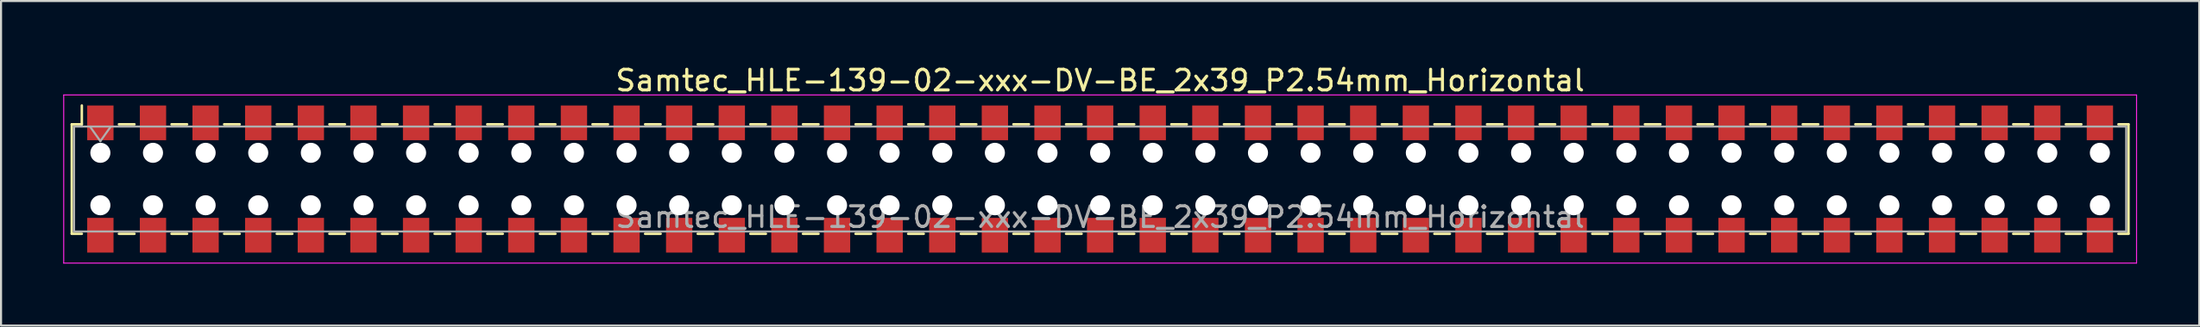
<source format=kicad_pcb>
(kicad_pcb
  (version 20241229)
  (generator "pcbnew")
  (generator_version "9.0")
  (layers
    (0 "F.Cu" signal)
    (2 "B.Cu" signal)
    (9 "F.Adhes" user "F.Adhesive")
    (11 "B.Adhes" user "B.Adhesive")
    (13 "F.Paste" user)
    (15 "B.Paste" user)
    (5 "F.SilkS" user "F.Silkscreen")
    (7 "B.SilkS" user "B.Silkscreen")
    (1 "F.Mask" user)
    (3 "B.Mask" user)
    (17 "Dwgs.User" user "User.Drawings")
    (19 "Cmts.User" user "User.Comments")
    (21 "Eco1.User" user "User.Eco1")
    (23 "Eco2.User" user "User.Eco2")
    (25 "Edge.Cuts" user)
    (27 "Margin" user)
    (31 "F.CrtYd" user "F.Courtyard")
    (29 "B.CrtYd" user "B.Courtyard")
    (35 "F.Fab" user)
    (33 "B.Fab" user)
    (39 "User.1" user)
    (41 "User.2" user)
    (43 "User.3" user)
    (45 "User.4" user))
  (footprint "Samtec_HLE-139-02-xxx-DV-BE_2x39_P2.54mm_Horizontal"
    (layer "F.Cu")
    (at 50.055 5.618)
    (property "Reference" "Samtec_HLE-139-02-xxx-DV-BE_2x39_P2.54mm_Horizontal" (at 0 -4.77 0) (layer "F.SilkS") (effects (font (size 1 1) (thickness 0.15))))
    (attr smd)
    (fp_line (start -49.64 -2.65) (end -49.64 2.65) (stroke (width 0.12) (type solid)) (layer "F.SilkS"))
    (fp_line (start -49.64 2.65) (end -49.155 2.65) (stroke (width 0.12) (type solid)) (layer "F.SilkS"))
    (fp_line (start -49.155 -3.56) (end -49.155 -2.65) (stroke (width 0.12) (type solid)) (layer "F.SilkS"))
    (fp_line (start -49.155 -2.65) (end -49.64 -2.65) (stroke (width 0.12) (type solid)) (layer "F.SilkS"))
    (fp_line (start -47.365 -2.65) (end -46.615 -2.65) (stroke (width 0.12) (type solid)) (layer "F.SilkS"))
    (fp_line (start -47.365 2.65) (end -46.615 2.65) (stroke (width 0.12) (type solid)) (layer "F.SilkS"))
    (fp_line (start -44.825 -2.65) (end -44.075 -2.65) (stroke (width 0.12) (type solid)) (layer "F.SilkS"))
    (fp_line (start -44.825 2.65) (end -44.075 2.65) (stroke (width 0.12) (type solid)) (layer "F.SilkS"))
    (fp_line (start -42.285 -2.65) (end -41.535 -2.65) (stroke (width 0.12) (type solid)) (layer "F.SilkS"))
    (fp_line (start -42.285 2.65) (end -41.535 2.65) (stroke (width 0.12) (type solid)) (layer "F.SilkS"))
    (fp_line (start -39.745 -2.65) (end -38.995 -2.65) (stroke (width 0.12) (type solid)) (layer "F.SilkS"))
    (fp_line (start -39.745 2.65) (end -38.995 2.65) (stroke (width 0.12) (type solid)) (layer "F.SilkS"))
    (fp_line (start -37.205 -2.65) (end -36.455 -2.65) (stroke (width 0.12) (type solid)) (layer "F.SilkS"))
    (fp_line (start -37.205 2.65) (end -36.455 2.65) (stroke (width 0.12) (type solid)) (layer "F.SilkS"))
    (fp_line (start -34.665 -2.65) (end -33.915 -2.65) (stroke (width 0.12) (type solid)) (layer "F.SilkS"))
    (fp_line (start -34.665 2.65) (end -33.915 2.65) (stroke (width 0.12) (type solid)) (layer "F.SilkS"))
    (fp_line (start -32.125 -2.65) (end -31.375 -2.65) (stroke (width 0.12) (type solid)) (layer "F.SilkS"))
    (fp_line (start -32.125 2.65) (end -31.375 2.65) (stroke (width 0.12) (type solid)) (layer "F.SilkS"))
    (fp_line (start -29.585 -2.65) (end -28.835 -2.65) (stroke (width 0.12) (type solid)) (layer "F.SilkS"))
    (fp_line (start -29.585 2.65) (end -28.835 2.65) (stroke (width 0.12) (type solid)) (layer "F.SilkS"))
    (fp_line (start -27.045 -2.65) (end -26.295 -2.65) (stroke (width 0.12) (type solid)) (layer "F.SilkS"))
    (fp_line (start -27.045 2.65) (end -26.295 2.65) (stroke (width 0.12) (type solid)) (layer "F.SilkS"))
    (fp_line (start -24.505 -2.65) (end -23.755 -2.65) (stroke (width 0.12) (type solid)) (layer "F.SilkS"))
    (fp_line (start -24.505 2.65) (end -23.755 2.65) (stroke (width 0.12) (type solid)) (layer "F.SilkS"))
    (fp_line (start -21.965 -2.65) (end -21.215 -2.65) (stroke (width 0.12) (type solid)) (layer "F.SilkS"))
    (fp_line (start -21.965 2.65) (end -21.215 2.65) (stroke (width 0.12) (type solid)) (layer "F.SilkS"))
    (fp_line (start -19.425 -2.65) (end -18.675 -2.65) (stroke (width 0.12) (type solid)) (layer "F.SilkS"))
    (fp_line (start -19.425 2.65) (end -18.675 2.65) (stroke (width 0.12) (type solid)) (layer "F.SilkS"))
    (fp_line (start -16.885 -2.65) (end -16.135 -2.65) (stroke (width 0.12) (type solid)) (layer "F.SilkS"))
    (fp_line (start -16.885 2.65) (end -16.135 2.65) (stroke (width 0.12) (type solid)) (layer "F.SilkS"))
    (fp_line (start -14.345 -2.65) (end -13.595 -2.65) (stroke (width 0.12) (type solid)) (layer "F.SilkS"))
    (fp_line (start -14.345 2.65) (end -13.595 2.65) (stroke (width 0.12) (type solid)) (layer "F.SilkS"))
    (fp_line (start -11.805 -2.65) (end -11.055 -2.65) (stroke (width 0.12) (type solid)) (layer "F.SilkS"))
    (fp_line (start -11.805 2.65) (end -11.055 2.65) (stroke (width 0.12) (type solid)) (layer "F.SilkS"))
    (fp_line (start -9.265 -2.65) (end -8.515 -2.65) (stroke (width 0.12) (type solid)) (layer "F.SilkS"))
    (fp_line (start -9.265 2.65) (end -8.515 2.65) (stroke (width 0.12) (type solid)) (layer "F.SilkS"))
    (fp_line (start -6.725 -2.65) (end -5.975 -2.65) (stroke (width 0.12) (type solid)) (layer "F.SilkS"))
    (fp_line (start -6.725 2.65) (end -5.975 2.65) (stroke (width 0.12) (type solid)) (layer "F.SilkS"))
    (fp_line (start -4.185 -2.65) (end -3.435 -2.65) (stroke (width 0.12) (type solid)) (layer "F.SilkS"))
    (fp_line (start -4.185 2.65) (end -3.435 2.65) (stroke (width 0.12) (type solid)) (layer "F.SilkS"))
    (fp_line (start -1.645 -2.65) (end -0.895 -2.65) (stroke (width 0.12) (type solid)) (layer "F.SilkS"))
    (fp_line (start -1.645 2.65) (end -0.895 2.65) (stroke (width 0.12) (type solid)) (layer "F.SilkS"))
    (fp_line (start 0.895 -2.65) (end 1.645 -2.65) (stroke (width 0.12) (type solid)) (layer "F.SilkS"))
    (fp_line (start 0.895 2.65) (end 1.645 2.65) (stroke (width 0.12) (type solid)) (layer "F.SilkS"))
    (fp_line (start 3.435 -2.65) (end 4.185 -2.65) (stroke (width 0.12) (type solid)) (layer "F.SilkS"))
    (fp_line (start 3.435 2.65) (end 4.185 2.65) (stroke (width 0.12) (type solid)) (layer "F.SilkS"))
    (fp_line (start 5.975 -2.65) (end 6.725 -2.65) (stroke (width 0.12) (type solid)) (layer "F.SilkS"))
    (fp_line (start 5.975 2.65) (end 6.725 2.65) (stroke (width 0.12) (type solid)) (layer "F.SilkS"))
    (fp_line (start 8.515 -2.65) (end 9.265 -2.65) (stroke (width 0.12) (type solid)) (layer "F.SilkS"))
    (fp_line (start 8.515 2.65) (end 9.265 2.65) (stroke (width 0.12) (type solid)) (layer "F.SilkS"))
    (fp_line (start 11.055 -2.65) (end 11.805 -2.65) (stroke (width 0.12) (type solid)) (layer "F.SilkS"))
    (fp_line (start 11.055 2.65) (end 11.805 2.65) (stroke (width 0.12) (type solid)) (layer "F.SilkS"))
    (fp_line (start 13.595 -2.65) (end 14.345 -2.65) (stroke (width 0.12) (type solid)) (layer "F.SilkS"))
    (fp_line (start 13.595 2.65) (end 14.345 2.65) (stroke (width 0.12) (type solid)) (layer "F.SilkS"))
    (fp_line (start 16.135 -2.65) (end 16.885 -2.65) (stroke (width 0.12) (type solid)) (layer "F.SilkS"))
    (fp_line (start 16.135 2.65) (end 16.885 2.65) (stroke (width 0.12) (type solid)) (layer "F.SilkS"))
    (fp_line (start 18.675 -2.65) (end 19.425 -2.65) (stroke (width 0.12) (type solid)) (layer "F.SilkS"))
    (fp_line (start 18.675 2.65) (end 19.425 2.65) (stroke (width 0.12) (type solid)) (layer "F.SilkS"))
    (fp_line (start 21.215 -2.65) (end 21.965 -2.65) (stroke (width 0.12) (type solid)) (layer "F.SilkS"))
    (fp_line (start 21.215 2.65) (end 21.965 2.65) (stroke (width 0.12) (type solid)) (layer "F.SilkS"))
    (fp_line (start 23.755 -2.65) (end 24.505 -2.65) (stroke (width 0.12) (type solid)) (layer "F.SilkS"))
    (fp_line (start 23.755 2.65) (end 24.505 2.65) (stroke (width 0.12) (type solid)) (layer "F.SilkS"))
    (fp_line (start 26.295 -2.65) (end 27.045 -2.65) (stroke (width 0.12) (type solid)) (layer "F.SilkS"))
    (fp_line (start 26.295 2.65) (end 27.045 2.65) (stroke (width 0.12) (type solid)) (layer "F.SilkS"))
    (fp_line (start 28.835 -2.65) (end 29.585 -2.65) (stroke (width 0.12) (type solid)) (layer "F.SilkS"))
    (fp_line (start 28.835 2.65) (end 29.585 2.65) (stroke (width 0.12) (type solid)) (layer "F.SilkS"))
    (fp_line (start 31.375 -2.65) (end 32.125 -2.65) (stroke (width 0.12) (type solid)) (layer "F.SilkS"))
    (fp_line (start 31.375 2.65) (end 32.125 2.65) (stroke (width 0.12) (type solid)) (layer "F.SilkS"))
    (fp_line (start 33.915 -2.65) (end 34.665 -2.65) (stroke (width 0.12) (type solid)) (layer "F.SilkS"))
    (fp_line (start 33.915 2.65) (end 34.665 2.65) (stroke (width 0.12) (type solid)) (layer "F.SilkS"))
    (fp_line (start 36.455 -2.65) (end 37.205 -2.65) (stroke (width 0.12) (type solid)) (layer "F.SilkS"))
    (fp_line (start 36.455 2.65) (end 37.205 2.65) (stroke (width 0.12) (type solid)) (layer "F.SilkS"))
    (fp_line (start 38.995 -2.65) (end 39.745 -2.65) (stroke (width 0.12) (type solid)) (layer "F.SilkS"))
    (fp_line (start 38.995 2.65) (end 39.745 2.65) (stroke (width 0.12) (type solid)) (layer "F.SilkS"))
    (fp_line (start 41.535 -2.65) (end 42.285 -2.65) (stroke (width 0.12) (type solid)) (layer "F.SilkS"))
    (fp_line (start 41.535 2.65) (end 42.285 2.65) (stroke (width 0.12) (type solid)) (layer "F.SilkS"))
    (fp_line (start 44.075 -2.65) (end 44.825 -2.65) (stroke (width 0.12) (type solid)) (layer "F.SilkS"))
    (fp_line (start 44.075 2.65) (end 44.825 2.65) (stroke (width 0.12) (type solid)) (layer "F.SilkS"))
    (fp_line (start 46.615 -2.65) (end 47.365 -2.65) (stroke (width 0.12) (type solid)) (layer "F.SilkS"))
    (fp_line (start 46.615 2.65) (end 47.365 2.65) (stroke (width 0.12) (type solid)) (layer "F.SilkS"))
    (fp_line (start 49.155 -2.65) (end 49.64 -2.65) (stroke (width 0.12) (type solid)) (layer "F.SilkS"))
    (fp_line (start 49.64 -2.65) (end 49.64 2.65) (stroke (width 0.12) (type solid)) (layer "F.SilkS"))
    (fp_line (start 49.64 2.65) (end 49.155 2.65) (stroke (width 0.12) (type solid)) (layer "F.SilkS"))
    (fp_line (start -50.03 -4.07) (end 50.03 -4.07) (stroke (width 0.05) (type solid)) (layer "F.CrtYd"))
    (fp_line (start -50.03 4.07) (end -50.03 -4.07) (stroke (width 0.05) (type solid)) (layer "F.CrtYd"))
    (fp_line (start 50.03 -4.07) (end 50.03 4.07) (stroke (width 0.05) (type solid)) (layer "F.CrtYd"))
    (fp_line (start 50.03 4.07) (end -50.03 4.07) (stroke (width 0.05) (type solid)) (layer "F.CrtYd"))
    (fp_line (start -49.53 -2.54) (end 49.53 -2.54) (stroke (width 0.1) (type solid)) (layer "F.Fab"))
    (fp_line (start -49.53 2.54) (end -49.53 -2.54) (stroke (width 0.1) (type solid)) (layer "F.Fab"))
    (fp_line (start -48.76 -2.54) (end -48.26 -1.833) (stroke (width 0.1) (type solid)) (layer "F.Fab"))
    (fp_line (start -48.26 -1.833) (end -47.76 -2.54) (stroke (width 0.1) (type solid)) (layer "F.Fab"))
    (fp_line (start 49.53 -2.54) (end 49.53 2.54) (stroke (width 0.1) (type solid)) (layer "F.Fab"))
    (fp_line (start 49.53 2.54) (end -49.53 2.54) (stroke (width 0.1) (type solid)) (layer "F.Fab"))
    (fp_text user "${REFERENCE}" (at 0 1.84 0) (layer "F.Fab") (effects (font (size 1 1) (thickness 0.15))))
    (pad "" np_thru_hole circle (at -48.26 -1.27) (size 0.97 0.97) (drill 0.97) (layers "*.Cu" "*.Mask"))
    (pad "" np_thru_hole circle (at -48.26 1.27) (size 0.97 0.97) (drill 0.97) (layers "*.Cu" "*.Mask"))
    (pad "" np_thru_hole circle (at -45.72 -1.27) (size 0.97 0.97) (drill 0.97) (layers "*.Cu" "*.Mask"))
    (pad "" np_thru_hole circle (at -45.72 1.27) (size 0.97 0.97) (drill 0.97) (layers "*.Cu" "*.Mask"))
    (pad "" np_thru_hole circle (at -43.18 -1.27) (size 0.97 0.97) (drill 0.97) (layers "*.Cu" "*.Mask"))
    (pad "" np_thru_hole circle (at -43.18 1.27) (size 0.97 0.97) (drill 0.97) (layers "*.Cu" "*.Mask"))
    (pad "" np_thru_hole circle (at -40.64 -1.27) (size 0.97 0.97) (drill 0.97) (layers "*.Cu" "*.Mask"))
    (pad "" np_thru_hole circle (at -40.64 1.27) (size 0.97 0.97) (drill 0.97) (layers "*.Cu" "*.Mask"))
    (pad "" np_thru_hole circle (at -38.1 -1.27) (size 0.97 0.97) (drill 0.97) (layers "*.Cu" "*.Mask"))
    (pad "" np_thru_hole circle (at -38.1 1.27) (size 0.97 0.97) (drill 0.97) (layers "*.Cu" "*.Mask"))
    (pad "" np_thru_hole circle (at -35.56 -1.27) (size 0.97 0.97) (drill 0.97) (layers "*.Cu" "*.Mask"))
    (pad "" np_thru_hole circle (at -35.56 1.27) (size 0.97 0.97) (drill 0.97) (layers "*.Cu" "*.Mask"))
    (pad "" np_thru_hole circle (at -33.02 -1.27) (size 0.97 0.97) (drill 0.97) (layers "*.Cu" "*.Mask"))
    (pad "" np_thru_hole circle (at -33.02 1.27) (size 0.97 0.97) (drill 0.97) (layers "*.Cu" "*.Mask"))
    (pad "" np_thru_hole circle (at -30.48 -1.27) (size 0.97 0.97) (drill 0.97) (layers "*.Cu" "*.Mask"))
    (pad "" np_thru_hole circle (at -30.48 1.27) (size 0.97 0.97) (drill 0.97) (layers "*.Cu" "*.Mask"))
    (pad "" np_thru_hole circle (at -27.94 -1.27) (size 0.97 0.97) (drill 0.97) (layers "*.Cu" "*.Mask"))
    (pad "" np_thru_hole circle (at -27.94 1.27) (size 0.97 0.97) (drill 0.97) (layers "*.Cu" "*.Mask"))
    (pad "" np_thru_hole circle (at -25.4 -1.27) (size 0.97 0.97) (drill 0.97) (layers "*.Cu" "*.Mask"))
    (pad "" np_thru_hole circle (at -25.4 1.27) (size 0.97 0.97) (drill 0.97) (layers "*.Cu" "*.Mask"))
    (pad "" np_thru_hole circle (at -22.86 -1.27) (size 0.97 0.97) (drill 0.97) (layers "*.Cu" "*.Mask"))
    (pad "" np_thru_hole circle (at -22.86 1.27) (size 0.97 0.97) (drill 0.97) (layers "*.Cu" "*.Mask"))
    (pad "" np_thru_hole circle (at -20.32 -1.27) (size 0.97 0.97) (drill 0.97) (layers "*.Cu" "*.Mask"))
    (pad "" np_thru_hole circle (at -20.32 1.27) (size 0.97 0.97) (drill 0.97) (layers "*.Cu" "*.Mask"))
    (pad "" np_thru_hole circle (at -17.78 -1.27) (size 0.97 0.97) (drill 0.97) (layers "*.Cu" "*.Mask"))
    (pad "" np_thru_hole circle (at -17.78 1.27) (size 0.97 0.97) (drill 0.97) (layers "*.Cu" "*.Mask"))
    (pad "" np_thru_hole circle (at -15.24 -1.27) (size 0.97 0.97) (drill 0.97) (layers "*.Cu" "*.Mask"))
    (pad "" np_thru_hole circle (at -15.24 1.27) (size 0.97 0.97) (drill 0.97) (layers "*.Cu" "*.Mask"))
    (pad "" np_thru_hole circle (at -12.7 -1.27) (size 0.97 0.97) (drill 0.97) (layers "*.Cu" "*.Mask"))
    (pad "" np_thru_hole circle (at -12.7 1.27) (size 0.97 0.97) (drill 0.97) (layers "*.Cu" "*.Mask"))
    (pad "" np_thru_hole circle (at -10.16 -1.27) (size 0.97 0.97) (drill 0.97) (layers "*.Cu" "*.Mask"))
    (pad "" np_thru_hole circle (at -10.16 1.27) (size 0.97 0.97) (drill 0.97) (layers "*.Cu" "*.Mask"))
    (pad "" np_thru_hole circle (at -7.62 -1.27) (size 0.97 0.97) (drill 0.97) (layers "*.Cu" "*.Mask"))
    (pad "" np_thru_hole circle (at -7.62 1.27) (size 0.97 0.97) (drill 0.97) (layers "*.Cu" "*.Mask"))
    (pad "" np_thru_hole circle (at -5.08 -1.27) (size 0.97 0.97) (drill 0.97) (layers "*.Cu" "*.Mask"))
    (pad "" np_thru_hole circle (at -5.08 1.27) (size 0.97 0.97) (drill 0.97) (layers "*.Cu" "*.Mask"))
    (pad "" np_thru_hole circle (at -2.54 -1.27) (size 0.97 0.97) (drill 0.97) (layers "*.Cu" "*.Mask"))
    (pad "" np_thru_hole circle (at -2.54 1.27) (size 0.97 0.97) (drill 0.97) (layers "*.Cu" "*.Mask"))
    (pad "" np_thru_hole circle (at 0 -1.27) (size 0.97 0.97) (drill 0.97) (layers "*.Cu" "*.Mask"))
    (pad "" np_thru_hole circle (at 0 1.27) (size 0.97 0.97) (drill 0.97) (layers "*.Cu" "*.Mask"))
    (pad "" np_thru_hole circle (at 2.54 -1.27) (size 0.97 0.97) (drill 0.97) (layers "*.Cu" "*.Mask"))
    (pad "" np_thru_hole circle (at 2.54 1.27) (size 0.97 0.97) (drill 0.97) (layers "*.Cu" "*.Mask"))
    (pad "" np_thru_hole circle (at 5.08 -1.27) (size 0.97 0.97) (drill 0.97) (layers "*.Cu" "*.Mask"))
    (pad "" np_thru_hole circle (at 5.08 1.27) (size 0.97 0.97) (drill 0.97) (layers "*.Cu" "*.Mask"))
    (pad "" np_thru_hole circle (at 7.62 -1.27) (size 0.97 0.97) (drill 0.97) (layers "*.Cu" "*.Mask"))
    (pad "" np_thru_hole circle (at 7.62 1.27) (size 0.97 0.97) (drill 0.97) (layers "*.Cu" "*.Mask"))
    (pad "" np_thru_hole circle (at 10.16 -1.27) (size 0.97 0.97) (drill 0.97) (layers "*.Cu" "*.Mask"))
    (pad "" np_thru_hole circle (at 10.16 1.27) (size 0.97 0.97) (drill 0.97) (layers "*.Cu" "*.Mask"))
    (pad "" np_thru_hole circle (at 12.7 -1.27) (size 0.97 0.97) (drill 0.97) (layers "*.Cu" "*.Mask"))
    (pad "" np_thru_hole circle (at 12.7 1.27) (size 0.97 0.97) (drill 0.97) (layers "*.Cu" "*.Mask"))
    (pad "" np_thru_hole circle (at 15.24 -1.27) (size 0.97 0.97) (drill 0.97) (layers "*.Cu" "*.Mask"))
    (pad "" np_thru_hole circle (at 15.24 1.27) (size 0.97 0.97) (drill 0.97) (layers "*.Cu" "*.Mask"))
    (pad "" np_thru_hole circle (at 17.78 -1.27) (size 0.97 0.97) (drill 0.97) (layers "*.Cu" "*.Mask"))
    (pad "" np_thru_hole circle (at 17.78 1.27) (size 0.97 0.97) (drill 0.97) (layers "*.Cu" "*.Mask"))
    (pad "" np_thru_hole circle (at 20.32 -1.27) (size 0.97 0.97) (drill 0.97) (layers "*.Cu" "*.Mask"))
    (pad "" np_thru_hole circle (at 20.32 1.27) (size 0.97 0.97) (drill 0.97) (layers "*.Cu" "*.Mask"))
    (pad "" np_thru_hole circle (at 22.86 -1.27) (size 0.97 0.97) (drill 0.97) (layers "*.Cu" "*.Mask"))
    (pad "" np_thru_hole circle (at 22.86 1.27) (size 0.97 0.97) (drill 0.97) (layers "*.Cu" "*.Mask"))
    (pad "" np_thru_hole circle (at 25.4 -1.27) (size 0.97 0.97) (drill 0.97) (layers "*.Cu" "*.Mask"))
    (pad "" np_thru_hole circle (at 25.4 1.27) (size 0.97 0.97) (drill 0.97) (layers "*.Cu" "*.Mask"))
    (pad "" np_thru_hole circle (at 27.94 -1.27) (size 0.97 0.97) (drill 0.97) (layers "*.Cu" "*.Mask"))
    (pad "" np_thru_hole circle (at 27.94 1.27) (size 0.97 0.97) (drill 0.97) (layers "*.Cu" "*.Mask"))
    (pad "" np_thru_hole circle (at 30.48 -1.27) (size 0.97 0.97) (drill 0.97) (layers "*.Cu" "*.Mask"))
    (pad "" np_thru_hole circle (at 30.48 1.27) (size 0.97 0.97) (drill 0.97) (layers "*.Cu" "*.Mask"))
    (pad "" np_thru_hole circle (at 33.02 -1.27) (size 0.97 0.97) (drill 0.97) (layers "*.Cu" "*.Mask"))
    (pad "" np_thru_hole circle (at 33.02 1.27) (size 0.97 0.97) (drill 0.97) (layers "*.Cu" "*.Mask"))
    (pad "" np_thru_hole circle (at 35.56 -1.27) (size 0.97 0.97) (drill 0.97) (layers "*.Cu" "*.Mask"))
    (pad "" np_thru_hole circle (at 35.56 1.27) (size 0.97 0.97) (drill 0.97) (layers "*.Cu" "*.Mask"))
    (pad "" np_thru_hole circle (at 38.1 -1.27) (size 0.97 0.97) (drill 0.97) (layers "*.Cu" "*.Mask"))
    (pad "" np_thru_hole circle (at 38.1 1.27) (size 0.97 0.97) (drill 0.97) (layers "*.Cu" "*.Mask"))
    (pad "" np_thru_hole circle (at 40.64 -1.27) (size 0.97 0.97) (drill 0.97) (layers "*.Cu" "*.Mask"))
    (pad "" np_thru_hole circle (at 40.64 1.27) (size 0.97 0.97) (drill 0.97) (layers "*.Cu" "*.Mask"))
    (pad "" np_thru_hole circle (at 43.18 -1.27) (size 0.97 0.97) (drill 0.97) (layers "*.Cu" "*.Mask"))
    (pad "" np_thru_hole circle (at 43.18 1.27) (size 0.97 0.97) (drill 0.97) (layers "*.Cu" "*.Mask"))
    (pad "" np_thru_hole circle (at 45.72 -1.27) (size 0.97 0.97) (drill 0.97) (layers "*.Cu" "*.Mask"))
    (pad "" np_thru_hole circle (at 45.72 1.27) (size 0.97 0.97) (drill 0.97) (layers "*.Cu" "*.Mask"))
    (pad "" np_thru_hole circle (at 48.26 -1.27) (size 0.97 0.97) (drill 0.97) (layers "*.Cu" "*.Mask"))
    (pad "" np_thru_hole circle (at 48.26 1.27) (size 0.97 0.97) (drill 0.97) (layers "*.Cu" "*.Mask"))
    (pad "1" smd rect (at -48.26 -2.72) (size 1.27 1.68) (layers "F.Cu" "F.Mask" "F.Paste"))
    (pad "2" smd rect (at -48.26 2.72) (size 1.27 1.68) (layers "F.Cu" "F.Mask" "F.Paste"))
    (pad "3" smd rect (at -45.72 -2.72) (size 1.27 1.68) (layers "F.Cu" "F.Mask" "F.Paste"))
    (pad "4" smd rect (at -45.72 2.72) (size 1.27 1.68) (layers "F.Cu" "F.Mask" "F.Paste"))
    (pad "5" smd rect (at -43.18 -2.72) (size 1.27 1.68) (layers "F.Cu" "F.Mask" "F.Paste"))
    (pad "6" smd rect (at -43.18 2.72) (size 1.27 1.68) (layers "F.Cu" "F.Mask" "F.Paste"))
    (pad "7" smd rect (at -40.64 -2.72) (size 1.27 1.68) (layers "F.Cu" "F.Mask" "F.Paste"))
    (pad "8" smd rect (at -40.64 2.72) (size 1.27 1.68) (layers "F.Cu" "F.Mask" "F.Paste"))
    (pad "9" smd rect (at -38.1 -2.72) (size 1.27 1.68) (layers "F.Cu" "F.Mask" "F.Paste"))
    (pad "10" smd rect (at -38.1 2.72) (size 1.27 1.68) (layers "F.Cu" "F.Mask" "F.Paste"))
    (pad "11" smd rect (at -35.56 -2.72) (size 1.27 1.68) (layers "F.Cu" "F.Mask" "F.Paste"))
    (pad "12" smd rect (at -35.56 2.72) (size 1.27 1.68) (layers "F.Cu" "F.Mask" "F.Paste"))
    (pad "13" smd rect (at -33.02 -2.72) (size 1.27 1.68) (layers "F.Cu" "F.Mask" "F.Paste"))
    (pad "14" smd rect (at -33.02 2.72) (size 1.27 1.68) (layers "F.Cu" "F.Mask" "F.Paste"))
    (pad "15" smd rect (at -30.48 -2.72) (size 1.27 1.68) (layers "F.Cu" "F.Mask" "F.Paste"))
    (pad "16" smd rect (at -30.48 2.72) (size 1.27 1.68) (layers "F.Cu" "F.Mask" "F.Paste"))
    (pad "17" smd rect (at -27.94 -2.72) (size 1.27 1.68) (layers "F.Cu" "F.Mask" "F.Paste"))
    (pad "18" smd rect (at -27.94 2.72) (size 1.27 1.68) (layers "F.Cu" "F.Mask" "F.Paste"))
    (pad "19" smd rect (at -25.4 -2.72) (size 1.27 1.68) (layers "F.Cu" "F.Mask" "F.Paste"))
    (pad "20" smd rect (at -25.4 2.72) (size 1.27 1.68) (layers "F.Cu" "F.Mask" "F.Paste"))
    (pad "21" smd rect (at -22.86 -2.72) (size 1.27 1.68) (layers "F.Cu" "F.Mask" "F.Paste"))
    (pad "22" smd rect (at -22.86 2.72) (size 1.27 1.68) (layers "F.Cu" "F.Mask" "F.Paste"))
    (pad "23" smd rect (at -20.32 -2.72) (size 1.27 1.68) (layers "F.Cu" "F.Mask" "F.Paste"))
    (pad "24" smd rect (at -20.32 2.72) (size 1.27 1.68) (layers "F.Cu" "F.Mask" "F.Paste"))
    (pad "25" smd rect (at -17.78 -2.72) (size 1.27 1.68) (layers "F.Cu" "F.Mask" "F.Paste"))
    (pad "26" smd rect (at -17.78 2.72) (size 1.27 1.68) (layers "F.Cu" "F.Mask" "F.Paste"))
    (pad "27" smd rect (at -15.24 -2.72) (size 1.27 1.68) (layers "F.Cu" "F.Mask" "F.Paste"))
    (pad "28" smd rect (at -15.24 2.72) (size 1.27 1.68) (layers "F.Cu" "F.Mask" "F.Paste"))
    (pad "29" smd rect (at -12.7 -2.72) (size 1.27 1.68) (layers "F.Cu" "F.Mask" "F.Paste"))
    (pad "30" smd rect (at -12.7 2.72) (size 1.27 1.68) (layers "F.Cu" "F.Mask" "F.Paste"))
    (pad "31" smd rect (at -10.16 -2.72) (size 1.27 1.68) (layers "F.Cu" "F.Mask" "F.Paste"))
    (pad "32" smd rect (at -10.16 2.72) (size 1.27 1.68) (layers "F.Cu" "F.Mask" "F.Paste"))
    (pad "33" smd rect (at -7.62 -2.72) (size 1.27 1.68) (layers "F.Cu" "F.Mask" "F.Paste"))
    (pad "34" smd rect (at -7.62 2.72) (size 1.27 1.68) (layers "F.Cu" "F.Mask" "F.Paste"))
    (pad "35" smd rect (at -5.08 -2.72) (size 1.27 1.68) (layers "F.Cu" "F.Mask" "F.Paste"))
    (pad "36" smd rect (at -5.08 2.72) (size 1.27 1.68) (layers "F.Cu" "F.Mask" "F.Paste"))
    (pad "37" smd rect (at -2.54 -2.72) (size 1.27 1.68) (layers "F.Cu" "F.Mask" "F.Paste"))
    (pad "38" smd rect (at -2.54 2.72) (size 1.27 1.68) (layers "F.Cu" "F.Mask" "F.Paste"))
    (pad "39" smd rect (at 0 -2.72) (size 1.27 1.68) (layers "F.Cu" "F.Mask" "F.Paste"))
    (pad "40" smd rect (at 0 2.72) (size 1.27 1.68) (layers "F.Cu" "F.Mask" "F.Paste"))
    (pad "41" smd rect (at 2.54 -2.72) (size 1.27 1.68) (layers "F.Cu" "F.Mask" "F.Paste"))
    (pad "42" smd rect (at 2.54 2.72) (size 1.27 1.68) (layers "F.Cu" "F.Mask" "F.Paste"))
    (pad "43" smd rect (at 5.08 -2.72) (size 1.27 1.68) (layers "F.Cu" "F.Mask" "F.Paste"))
    (pad "44" smd rect (at 5.08 2.72) (size 1.27 1.68) (layers "F.Cu" "F.Mask" "F.Paste"))
    (pad "45" smd rect (at 7.62 -2.72) (size 1.27 1.68) (layers "F.Cu" "F.Mask" "F.Paste"))
    (pad "46" smd rect (at 7.62 2.72) (size 1.27 1.68) (layers "F.Cu" "F.Mask" "F.Paste"))
    (pad "47" smd rect (at 10.16 -2.72) (size 1.27 1.68) (layers "F.Cu" "F.Mask" "F.Paste"))
    (pad "48" smd rect (at 10.16 2.72) (size 1.27 1.68) (layers "F.Cu" "F.Mask" "F.Paste"))
    (pad "49" smd rect (at 12.7 -2.72) (size 1.27 1.68) (layers "F.Cu" "F.Mask" "F.Paste"))
    (pad "50" smd rect (at 12.7 2.72) (size 1.27 1.68) (layers "F.Cu" "F.Mask" "F.Paste"))
    (pad "51" smd rect (at 15.24 -2.72) (size 1.27 1.68) (layers "F.Cu" "F.Mask" "F.Paste"))
    (pad "52" smd rect (at 15.24 2.72) (size 1.27 1.68) (layers "F.Cu" "F.Mask" "F.Paste"))
    (pad "53" smd rect (at 17.78 -2.72) (size 1.27 1.68) (layers "F.Cu" "F.Mask" "F.Paste"))
    (pad "54" smd rect (at 17.78 2.72) (size 1.27 1.68) (layers "F.Cu" "F.Mask" "F.Paste"))
    (pad "55" smd rect (at 20.32 -2.72) (size 1.27 1.68) (layers "F.Cu" "F.Mask" "F.Paste"))
    (pad "56" smd rect (at 20.32 2.72) (size 1.27 1.68) (layers "F.Cu" "F.Mask" "F.Paste"))
    (pad "57" smd rect (at 22.86 -2.72) (size 1.27 1.68) (layers "F.Cu" "F.Mask" "F.Paste"))
    (pad "58" smd rect (at 22.86 2.72) (size 1.27 1.68) (layers "F.Cu" "F.Mask" "F.Paste"))
    (pad "59" smd rect (at 25.4 -2.72) (size 1.27 1.68) (layers "F.Cu" "F.Mask" "F.Paste"))
    (pad "60" smd rect (at 25.4 2.72) (size 1.27 1.68) (layers "F.Cu" "F.Mask" "F.Paste"))
    (pad "61" smd rect (at 27.94 -2.72) (size 1.27 1.68) (layers "F.Cu" "F.Mask" "F.Paste"))
    (pad "62" smd rect (at 27.94 2.72) (size 1.27 1.68) (layers "F.Cu" "F.Mask" "F.Paste"))
    (pad "63" smd rect (at 30.48 -2.72) (size 1.27 1.68) (layers "F.Cu" "F.Mask" "F.Paste"))
    (pad "64" smd rect (at 30.48 2.72) (size 1.27 1.68) (layers "F.Cu" "F.Mask" "F.Paste"))
    (pad "65" smd rect (at 33.02 -2.72) (size 1.27 1.68) (layers "F.Cu" "F.Mask" "F.Paste"))
    (pad "66" smd rect (at 33.02 2.72) (size 1.27 1.68) (layers "F.Cu" "F.Mask" "F.Paste"))
    (pad "67" smd rect (at 35.56 -2.72) (size 1.27 1.68) (layers "F.Cu" "F.Mask" "F.Paste"))
    (pad "68" smd rect (at 35.56 2.72) (size 1.27 1.68) (layers "F.Cu" "F.Mask" "F.Paste"))
    (pad "69" smd rect (at 38.1 -2.72) (size 1.27 1.68) (layers "F.Cu" "F.Mask" "F.Paste"))
    (pad "70" smd rect (at 38.1 2.72) (size 1.27 1.68) (layers "F.Cu" "F.Mask" "F.Paste"))
    (pad "71" smd rect (at 40.64 -2.72) (size 1.27 1.68) (layers "F.Cu" "F.Mask" "F.Paste"))
    (pad "72" smd rect (at 40.64 2.72) (size 1.27 1.68) (layers "F.Cu" "F.Mask" "F.Paste"))
    (pad "73" smd rect (at 43.18 -2.72) (size 1.27 1.68) (layers "F.Cu" "F.Mask" "F.Paste"))
    (pad "74" smd rect (at 43.18 2.72) (size 1.27 1.68) (layers "F.Cu" "F.Mask" "F.Paste"))
    (pad "75" smd rect (at 45.72 -2.72) (size 1.27 1.68) (layers "F.Cu" "F.Mask" "F.Paste"))
    (pad "76" smd rect (at 45.72 2.72) (size 1.27 1.68) (layers "F.Cu" "F.Mask" "F.Paste"))
    (pad "77" smd rect (at 48.26 -2.72) (size 1.27 1.68) (layers "F.Cu" "F.Mask" "F.Paste"))
    (pad "78" smd rect (at 48.26 2.72) (size 1.27 1.68) (layers "F.Cu" "F.Mask" "F.Paste")))
  (gr_rect
    (start -3 -3)
    (end 103.11 12.713)
    (stroke (width 0.1) (type default))
    (fill no)
    (layer "Edge.Cuts")))
</source>
